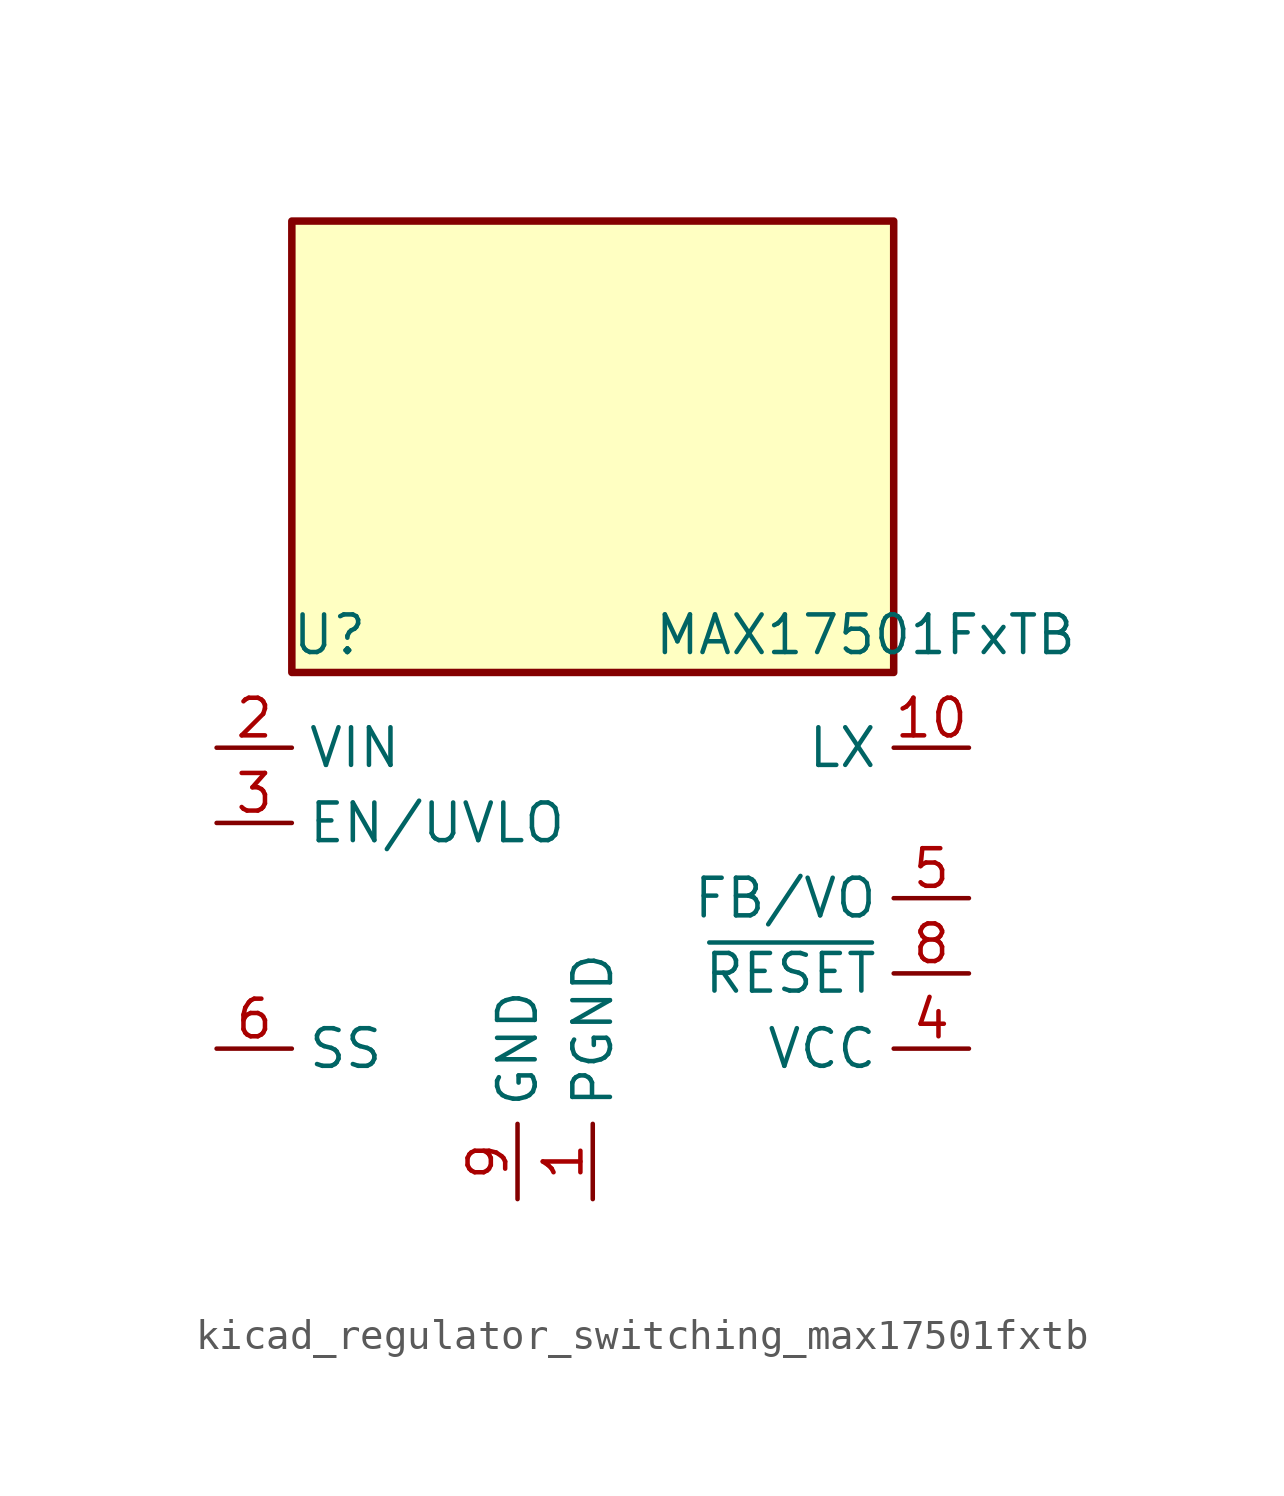
<source format=kicad_sym>
(kicad_symbol_lib
  (version 20220914)
  (generator kicad_symbol_editor)
  (symbol "kicad_regulator_switching_max17501fxtb"
    (property "Reference" "U"
      (at -8.89 8.89 0)
      (effects (font (size 1.27 1.27))))
    (property "Value" "MAX17501FxTB"
      (at 2.032 8.89 0)
      (effects (font (size 1.27 1.27)) (justify left)))
    (symbol "kicad_regulator_switching_max17501fxtb_0_1"
      (rectangle (start 10.16 22.86) (end -10.16 7.62) (stroke (width 0.254) (type default)) (fill (type background))))
    (symbol "kicad_regulator_switching_max17501fxtb_1_1"
      (pin power_in line (at 0 -10.16 90) (length 2.54) (name "PGND" (effects (font (size 1.27 1.27)))) (number "1" (effects (font (size 1.27 1.27)))))
      (pin power_out line (at 12.7 5.08 180) (length 2.54) (name "LX" (effects (font (size 1.27 1.27)))) (number "10" (effects (font (size 1.27 1.27)))))
      (pin passive line (at -2.54 -10.16 90) (length 2.54) hide (name "GND" (effects (font (size 1.27 1.27)))) (number "11" (effects (font (size 1.27 1.27)))))
      (pin power_in line (at -12.7 5.08 0) (length 2.54) (name "VIN" (effects (font (size 1.27 1.27)))) (number "2" (effects (font (size 1.27 1.27)))))
      (pin input line (at -12.7 2.54 0) (length 2.54) (name "EN/UVLO" (effects (font (size 1.27 1.27)))) (number "3" (effects (font (size 1.27 1.27)))))
      (pin power_out line (at 12.7 -5.08 180) (length 2.54) (name "VCC" (effects (font (size 1.27 1.27)))) (number "4" (effects (font (size 1.27 1.27)))))
      (pin input line (at 12.7 0 180) (length 2.54) (name "FB/VO" (effects (font (size 1.27 1.27)))) (number "5" (effects (font (size 1.27 1.27)))))
      (pin passive line (at -12.7 -5.08 0) (length 2.54) (name "SS" (effects (font (size 1.27 1.27)))) (number "6" (effects (font (size 1.27 1.27)))))
      (pin no_connect line (at -10.16 -2.54 0) (length 2.54) hide (name "NC" (effects (font (size 1.27 1.27)))) (number "7" (effects (font (size 1.27 1.27)))))
      (pin open_collector line (at 12.7 -2.54 180) (length 2.54) (name "~{RESET}" (effects (font (size 1.27 1.27)))) (number "8" (effects (font (size 1.27 1.27)))))
      (pin power_in line (at -2.54 -10.16 90) (length 2.54) (name "GND" (effects (font (size 1.27 1.27)))) (number "9" (effects (font (size 1.27 1.27))))))))
</source>
